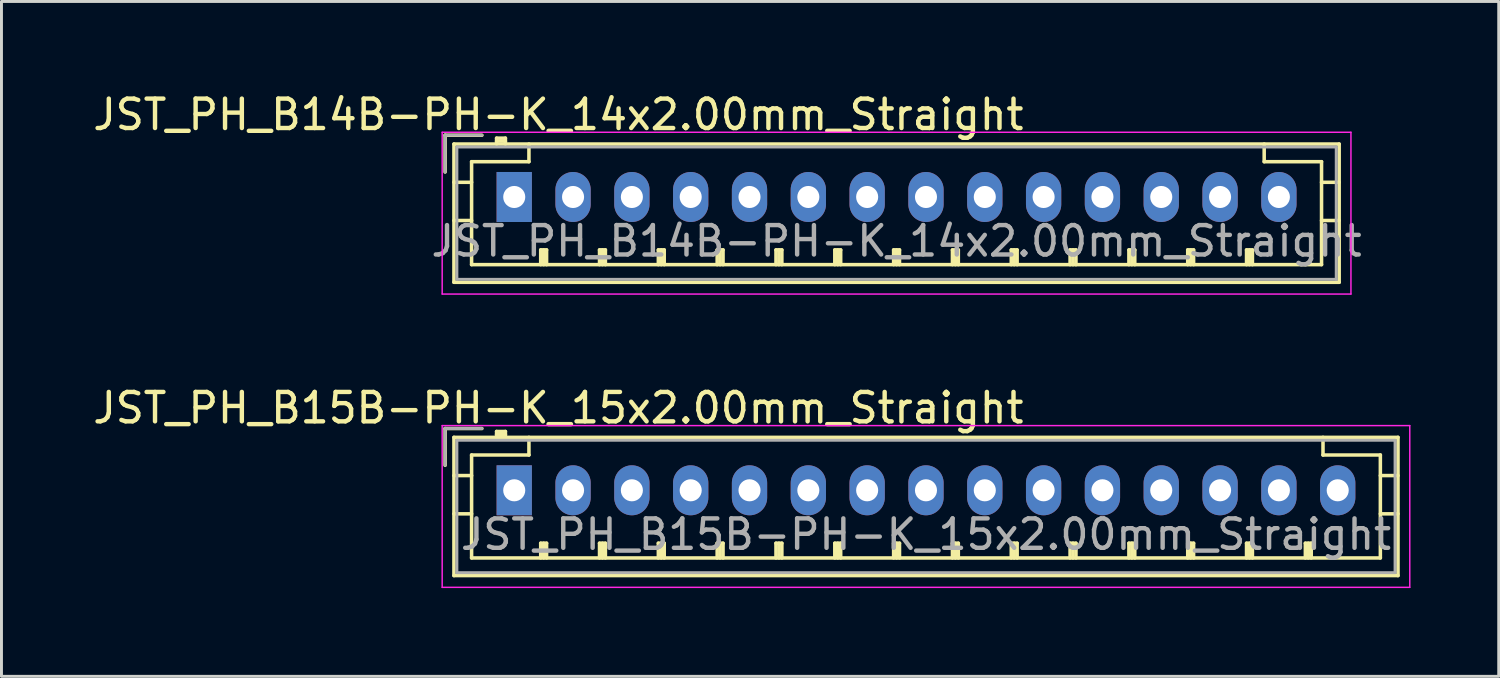
<source format=kicad_pcb>
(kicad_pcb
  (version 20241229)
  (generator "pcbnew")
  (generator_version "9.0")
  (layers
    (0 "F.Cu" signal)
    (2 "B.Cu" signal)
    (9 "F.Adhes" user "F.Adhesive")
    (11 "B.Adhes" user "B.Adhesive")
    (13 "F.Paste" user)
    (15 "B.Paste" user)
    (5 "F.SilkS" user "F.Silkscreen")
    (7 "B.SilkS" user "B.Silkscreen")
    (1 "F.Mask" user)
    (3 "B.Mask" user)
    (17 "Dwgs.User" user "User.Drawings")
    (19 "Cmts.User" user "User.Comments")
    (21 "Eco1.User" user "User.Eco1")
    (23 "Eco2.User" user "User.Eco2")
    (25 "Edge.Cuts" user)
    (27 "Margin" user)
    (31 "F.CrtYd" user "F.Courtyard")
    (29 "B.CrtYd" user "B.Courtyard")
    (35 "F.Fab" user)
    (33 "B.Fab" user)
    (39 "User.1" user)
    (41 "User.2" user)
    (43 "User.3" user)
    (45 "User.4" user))
  (footprint "JST_PH_B14B-PH-K_14x2.00mm_Straight"
    (layer "F.Cu")
    (at 14.435 3.648)
    (property "Reference" "JST_PH_B14B-PH-K_14x2.00mm_Straight" (at 1.5 -2.8 0) (layer "F.SilkS") (effects (font (size 1 1) (thickness 0.15))))
    (attr through_hole)
    (fp_line (start -2.35 -2.1) (end -2.35 -0.85) (stroke (width 0.12) (type solid)) (layer "F.SilkS"))
    (fp_line (start -2.05 -1.8) (end -2.05 2.9) (stroke (width 0.12) (type solid)) (layer "F.SilkS"))
    (fp_line (start -2.05 -0.5) (end -1.45 -0.5) (stroke (width 0.12) (type solid)) (layer "F.SilkS"))
    (fp_line (start -2.05 0.8) (end -1.45 0.8) (stroke (width 0.12) (type solid)) (layer "F.SilkS"))
    (fp_line (start -2.05 2.9) (end 28.05 2.9) (stroke (width 0.12) (type solid)) (layer "F.SilkS"))
    (fp_line (start -1.45 -1.2) (end -1.45 2.3) (stroke (width 0.12) (type solid)) (layer "F.SilkS"))
    (fp_line (start -1.45 2.3) (end 27.45 2.3) (stroke (width 0.12) (type solid)) (layer "F.SilkS"))
    (fp_line (start -1.1 -2.1) (end -2.35 -2.1) (stroke (width 0.12) (type solid)) (layer "F.SilkS"))
    (fp_line (start -0.6 -2) (end -0.6 -1.8) (stroke (width 0.12) (type solid)) (layer "F.SilkS"))
    (fp_line (start -0.3 -2) (end -0.6 -2) (stroke (width 0.12) (type solid)) (layer "F.SilkS"))
    (fp_line (start -0.3 -1.9) (end -0.6 -1.9) (stroke (width 0.12) (type solid)) (layer "F.SilkS"))
    (fp_line (start -0.3 -1.8) (end -0.3 -2) (stroke (width 0.12) (type solid)) (layer "F.SilkS"))
    (fp_line (start 0.5 -1.8) (end 0.5 -1.2) (stroke (width 0.12) (type solid)) (layer "F.SilkS"))
    (fp_line (start 0.5 -1.2) (end -1.45 -1.2) (stroke (width 0.12) (type solid)) (layer "F.SilkS"))
    (fp_line (start 0.9 1.8) (end 1.1 1.8) (stroke (width 0.12) (type solid)) (layer "F.SilkS"))
    (fp_line (start 0.9 2.3) (end 0.9 1.8) (stroke (width 0.12) (type solid)) (layer "F.SilkS"))
    (fp_line (start 1 2.3) (end 1 1.8) (stroke (width 0.12) (type solid)) (layer "F.SilkS"))
    (fp_line (start 1.1 1.8) (end 1.1 2.3) (stroke (width 0.12) (type solid)) (layer "F.SilkS"))
    (fp_line (start 2.9 1.8) (end 3.1 1.8) (stroke (width 0.12) (type solid)) (layer "F.SilkS"))
    (fp_line (start 2.9 2.3) (end 2.9 1.8) (stroke (width 0.12) (type solid)) (layer "F.SilkS"))
    (fp_line (start 3 2.3) (end 3 1.8) (stroke (width 0.12) (type solid)) (layer "F.SilkS"))
    (fp_line (start 3.1 1.8) (end 3.1 2.3) (stroke (width 0.12) (type solid)) (layer "F.SilkS"))
    (fp_line (start 4.9 1.8) (end 5.1 1.8) (stroke (width 0.12) (type solid)) (layer "F.SilkS"))
    (fp_line (start 4.9 2.3) (end 4.9 1.8) (stroke (width 0.12) (type solid)) (layer "F.SilkS"))
    (fp_line (start 5 2.3) (end 5 1.8) (stroke (width 0.12) (type solid)) (layer "F.SilkS"))
    (fp_line (start 5.1 1.8) (end 5.1 2.3) (stroke (width 0.12) (type solid)) (layer "F.SilkS"))
    (fp_line (start 6.9 1.8) (end 7.1 1.8) (stroke (width 0.12) (type solid)) (layer "F.SilkS"))
    (fp_line (start 6.9 2.3) (end 6.9 1.8) (stroke (width 0.12) (type solid)) (layer "F.SilkS"))
    (fp_line (start 7 2.3) (end 7 1.8) (stroke (width 0.12) (type solid)) (layer "F.SilkS"))
    (fp_line (start 7.1 1.8) (end 7.1 2.3) (stroke (width 0.12) (type solid)) (layer "F.SilkS"))
    (fp_line (start 8.9 1.8) (end 9.1 1.8) (stroke (width 0.12) (type solid)) (layer "F.SilkS"))
    (fp_line (start 8.9 2.3) (end 8.9 1.8) (stroke (width 0.12) (type solid)) (layer "F.SilkS"))
    (fp_line (start 9 2.3) (end 9 1.8) (stroke (width 0.12) (type solid)) (layer "F.SilkS"))
    (fp_line (start 9.1 1.8) (end 9.1 2.3) (stroke (width 0.12) (type solid)) (layer "F.SilkS"))
    (fp_line (start 10.9 1.8) (end 11.1 1.8) (stroke (width 0.12) (type solid)) (layer "F.SilkS"))
    (fp_line (start 10.9 2.3) (end 10.9 1.8) (stroke (width 0.12) (type solid)) (layer "F.SilkS"))
    (fp_line (start 11 2.3) (end 11 1.8) (stroke (width 0.12) (type solid)) (layer "F.SilkS"))
    (fp_line (start 11.1 1.8) (end 11.1 2.3) (stroke (width 0.12) (type solid)) (layer "F.SilkS"))
    (fp_line (start 12.9 1.8) (end 13.1 1.8) (stroke (width 0.12) (type solid)) (layer "F.SilkS"))
    (fp_line (start 12.9 2.3) (end 12.9 1.8) (stroke (width 0.12) (type solid)) (layer "F.SilkS"))
    (fp_line (start 13 2.3) (end 13 1.8) (stroke (width 0.12) (type solid)) (layer "F.SilkS"))
    (fp_line (start 13.1 1.8) (end 13.1 2.3) (stroke (width 0.12) (type solid)) (layer "F.SilkS"))
    (fp_line (start 14.9 1.8) (end 15.1 1.8) (stroke (width 0.12) (type solid)) (layer "F.SilkS"))
    (fp_line (start 14.9 2.3) (end 14.9 1.8) (stroke (width 0.12) (type solid)) (layer "F.SilkS"))
    (fp_line (start 15 2.3) (end 15 1.8) (stroke (width 0.12) (type solid)) (layer "F.SilkS"))
    (fp_line (start 15.1 1.8) (end 15.1 2.3) (stroke (width 0.12) (type solid)) (layer "F.SilkS"))
    (fp_line (start 16.9 1.8) (end 17.1 1.8) (stroke (width 0.12) (type solid)) (layer "F.SilkS"))
    (fp_line (start 16.9 2.3) (end 16.9 1.8) (stroke (width 0.12) (type solid)) (layer "F.SilkS"))
    (fp_line (start 17 2.3) (end 17 1.8) (stroke (width 0.12) (type solid)) (layer "F.SilkS"))
    (fp_line (start 17.1 1.8) (end 17.1 2.3) (stroke (width 0.12) (type solid)) (layer "F.SilkS"))
    (fp_line (start 18.9 1.8) (end 19.1 1.8) (stroke (width 0.12) (type solid)) (layer "F.SilkS"))
    (fp_line (start 18.9 2.3) (end 18.9 1.8) (stroke (width 0.12) (type solid)) (layer "F.SilkS"))
    (fp_line (start 19 2.3) (end 19 1.8) (stroke (width 0.12) (type solid)) (layer "F.SilkS"))
    (fp_line (start 19.1 1.8) (end 19.1 2.3) (stroke (width 0.12) (type solid)) (layer "F.SilkS"))
    (fp_line (start 20.9 1.8) (end 21.1 1.8) (stroke (width 0.12) (type solid)) (layer "F.SilkS"))
    (fp_line (start 20.9 2.3) (end 20.9 1.8) (stroke (width 0.12) (type solid)) (layer "F.SilkS"))
    (fp_line (start 21 2.3) (end 21 1.8) (stroke (width 0.12) (type solid)) (layer "F.SilkS"))
    (fp_line (start 21.1 1.8) (end 21.1 2.3) (stroke (width 0.12) (type solid)) (layer "F.SilkS"))
    (fp_line (start 22.9 1.8) (end 23.1 1.8) (stroke (width 0.12) (type solid)) (layer "F.SilkS"))
    (fp_line (start 22.9 2.3) (end 22.9 1.8) (stroke (width 0.12) (type solid)) (layer "F.SilkS"))
    (fp_line (start 23 2.3) (end 23 1.8) (stroke (width 0.12) (type solid)) (layer "F.SilkS"))
    (fp_line (start 23.1 1.8) (end 23.1 2.3) (stroke (width 0.12) (type solid)) (layer "F.SilkS"))
    (fp_line (start 24.9 1.8) (end 25.1 1.8) (stroke (width 0.12) (type solid)) (layer "F.SilkS"))
    (fp_line (start 24.9 2.3) (end 24.9 1.8) (stroke (width 0.12) (type solid)) (layer "F.SilkS"))
    (fp_line (start 25 2.3) (end 25 1.8) (stroke (width 0.12) (type solid)) (layer "F.SilkS"))
    (fp_line (start 25.1 1.8) (end 25.1 2.3) (stroke (width 0.12) (type solid)) (layer "F.SilkS"))
    (fp_line (start 25.5 -1.2) (end 25.5 -1.8) (stroke (width 0.12) (type solid)) (layer "F.SilkS"))
    (fp_line (start 27.45 -1.2) (end 25.5 -1.2) (stroke (width 0.12) (type solid)) (layer "F.SilkS"))
    (fp_line (start 27.45 2.3) (end 27.45 -1.2) (stroke (width 0.12) (type solid)) (layer "F.SilkS"))
    (fp_line (start 28.05 -1.8) (end -2.05 -1.8) (stroke (width 0.12) (type solid)) (layer "F.SilkS"))
    (fp_line (start 28.05 -0.5) (end 27.45 -0.5) (stroke (width 0.12) (type solid)) (layer "F.SilkS"))
    (fp_line (start 28.05 0.8) (end 27.45 0.8) (stroke (width 0.12) (type solid)) (layer "F.SilkS"))
    (fp_line (start 28.05 2.9) (end 28.05 -1.8) (stroke (width 0.12) (type solid)) (layer "F.SilkS"))
    (fp_line (start -2.45 -2.2) (end -2.45 3.3) (stroke (width 0.05) (type solid)) (layer "F.CrtYd"))
    (fp_line (start -2.45 3.3) (end 28.45 3.3) (stroke (width 0.05) (type solid)) (layer "F.CrtYd"))
    (fp_line (start 28.45 -2.2) (end -2.45 -2.2) (stroke (width 0.05) (type solid)) (layer "F.CrtYd"))
    (fp_line (start 28.45 3.3) (end 28.45 -2.2) (stroke (width 0.05) (type solid)) (layer "F.CrtYd"))
    (fp_line (start -2.35 -2.1) (end -2.35 -0.85) (stroke (width 0.1) (type solid)) (layer "F.Fab"))
    (fp_line (start -1.95 -1.7) (end -1.95 2.8) (stroke (width 0.1) (type solid)) (layer "F.Fab"))
    (fp_line (start -1.95 2.8) (end 27.95 2.8) (stroke (width 0.1) (type solid)) (layer "F.Fab"))
    (fp_line (start -1.1 -2.1) (end -2.35 -2.1) (stroke (width 0.1) (type solid)) (layer "F.Fab"))
    (fp_line (start 27.95 -1.7) (end -1.95 -1.7) (stroke (width 0.1) (type solid)) (layer "F.Fab"))
    (fp_line (start 27.95 2.8) (end 27.95 -1.7) (stroke (width 0.1) (type solid)) (layer "F.Fab"))
    (fp_text user "${REFERENCE}" (at 13 1.5 0) (layer "F.Fab") (effects (font (size 1 1) (thickness 0.15))))
    (pad "1" thru_hole rect (at 0 0) (size 1.2 1.7) (drill 0.75) (layers "*.Cu" "*.Mask"))
    (pad "2" thru_hole oval (at 2 0) (size 1.2 1.7) (drill 0.75) (layers "*.Cu" "*.Mask"))
    (pad "3" thru_hole oval (at 4 0) (size 1.2 1.7) (drill 0.75) (layers "*.Cu" "*.Mask"))
    (pad "4" thru_hole oval (at 6 0) (size 1.2 1.7) (drill 0.75) (layers "*.Cu" "*.Mask"))
    (pad "5" thru_hole oval (at 8 0) (size 1.2 1.7) (drill 0.75) (layers "*.Cu" "*.Mask"))
    (pad "6" thru_hole oval (at 10 0) (size 1.2 1.7) (drill 0.75) (layers "*.Cu" "*.Mask"))
    (pad "7" thru_hole oval (at 12 0) (size 1.2 1.7) (drill 0.75) (layers "*.Cu" "*.Mask"))
    (pad "8" thru_hole oval (at 14 0) (size 1.2 1.7) (drill 0.75) (layers "*.Cu" "*.Mask"))
    (pad "9" thru_hole oval (at 16 0) (size 1.2 1.7) (drill 0.75) (layers "*.Cu" "*.Mask"))
    (pad "10" thru_hole oval (at 18 0) (size 1.2 1.7) (drill 0.75) (layers "*.Cu" "*.Mask"))
    (pad "11" thru_hole oval (at 20 0) (size 1.2 1.7) (drill 0.75) (layers "*.Cu" "*.Mask"))
    (pad "12" thru_hole oval (at 22 0) (size 1.2 1.7) (drill 0.75) (layers "*.Cu" "*.Mask"))
    (pad "13" thru_hole oval (at 24 0) (size 1.2 1.7) (drill 0.75) (layers "*.Cu" "*.Mask"))
    (pad "14" thru_hole oval (at 26 0) (size 1.2 1.7) (drill 0.75) (layers "*.Cu" "*.Mask")))
  (footprint "JST_PH_B15B-PH-K_15x2.00mm_Straight"
    (layer "F.Cu")
    (at 14.435 13.621)
    (property "Reference" "JST_PH_B15B-PH-K_15x2.00mm_Straight" (at 1.5 -2.8 0) (layer "F.SilkS") (effects (font (size 1 1) (thickness 0.15))))
    (attr through_hole)
    (fp_line (start -2.35 -2.1) (end -2.35 -0.85) (stroke (width 0.12) (type solid)) (layer "F.SilkS"))
    (fp_line (start -2.05 -1.8) (end -2.05 2.9) (stroke (width 0.12) (type solid)) (layer "F.SilkS"))
    (fp_line (start -2.05 -0.5) (end -1.45 -0.5) (stroke (width 0.12) (type solid)) (layer "F.SilkS"))
    (fp_line (start -2.05 0.8) (end -1.45 0.8) (stroke (width 0.12) (type solid)) (layer "F.SilkS"))
    (fp_line (start -2.05 2.9) (end 30.05 2.9) (stroke (width 0.12) (type solid)) (layer "F.SilkS"))
    (fp_line (start -1.45 -1.2) (end -1.45 2.3) (stroke (width 0.12) (type solid)) (layer "F.SilkS"))
    (fp_line (start -1.45 2.3) (end 29.45 2.3) (stroke (width 0.12) (type solid)) (layer "F.SilkS"))
    (fp_line (start -1.1 -2.1) (end -2.35 -2.1) (stroke (width 0.12) (type solid)) (layer "F.SilkS"))
    (fp_line (start -0.6 -2) (end -0.6 -1.8) (stroke (width 0.12) (type solid)) (layer "F.SilkS"))
    (fp_line (start -0.3 -2) (end -0.6 -2) (stroke (width 0.12) (type solid)) (layer "F.SilkS"))
    (fp_line (start -0.3 -1.9) (end -0.6 -1.9) (stroke (width 0.12) (type solid)) (layer "F.SilkS"))
    (fp_line (start -0.3 -1.8) (end -0.3 -2) (stroke (width 0.12) (type solid)) (layer "F.SilkS"))
    (fp_line (start 0.5 -1.8) (end 0.5 -1.2) (stroke (width 0.12) (type solid)) (layer "F.SilkS"))
    (fp_line (start 0.5 -1.2) (end -1.45 -1.2) (stroke (width 0.12) (type solid)) (layer "F.SilkS"))
    (fp_line (start 0.9 1.8) (end 1.1 1.8) (stroke (width 0.12) (type solid)) (layer "F.SilkS"))
    (fp_line (start 0.9 2.3) (end 0.9 1.8) (stroke (width 0.12) (type solid)) (layer "F.SilkS"))
    (fp_line (start 1 2.3) (end 1 1.8) (stroke (width 0.12) (type solid)) (layer "F.SilkS"))
    (fp_line (start 1.1 1.8) (end 1.1 2.3) (stroke (width 0.12) (type solid)) (layer "F.SilkS"))
    (fp_line (start 2.9 1.8) (end 3.1 1.8) (stroke (width 0.12) (type solid)) (layer "F.SilkS"))
    (fp_line (start 2.9 2.3) (end 2.9 1.8) (stroke (width 0.12) (type solid)) (layer "F.SilkS"))
    (fp_line (start 3 2.3) (end 3 1.8) (stroke (width 0.12) (type solid)) (layer "F.SilkS"))
    (fp_line (start 3.1 1.8) (end 3.1 2.3) (stroke (width 0.12) (type solid)) (layer "F.SilkS"))
    (fp_line (start 4.9 1.8) (end 5.1 1.8) (stroke (width 0.12) (type solid)) (layer "F.SilkS"))
    (fp_line (start 4.9 2.3) (end 4.9 1.8) (stroke (width 0.12) (type solid)) (layer "F.SilkS"))
    (fp_line (start 5 2.3) (end 5 1.8) (stroke (width 0.12) (type solid)) (layer "F.SilkS"))
    (fp_line (start 5.1 1.8) (end 5.1 2.3) (stroke (width 0.12) (type solid)) (layer "F.SilkS"))
    (fp_line (start 6.9 1.8) (end 7.1 1.8) (stroke (width 0.12) (type solid)) (layer "F.SilkS"))
    (fp_line (start 6.9 2.3) (end 6.9 1.8) (stroke (width 0.12) (type solid)) (layer "F.SilkS"))
    (fp_line (start 7 2.3) (end 7 1.8) (stroke (width 0.12) (type solid)) (layer "F.SilkS"))
    (fp_line (start 7.1 1.8) (end 7.1 2.3) (stroke (width 0.12) (type solid)) (layer "F.SilkS"))
    (fp_line (start 8.9 1.8) (end 9.1 1.8) (stroke (width 0.12) (type solid)) (layer "F.SilkS"))
    (fp_line (start 8.9 2.3) (end 8.9 1.8) (stroke (width 0.12) (type solid)) (layer "F.SilkS"))
    (fp_line (start 9 2.3) (end 9 1.8) (stroke (width 0.12) (type solid)) (layer "F.SilkS"))
    (fp_line (start 9.1 1.8) (end 9.1 2.3) (stroke (width 0.12) (type solid)) (layer "F.SilkS"))
    (fp_line (start 10.9 1.8) (end 11.1 1.8) (stroke (width 0.12) (type solid)) (layer "F.SilkS"))
    (fp_line (start 10.9 2.3) (end 10.9 1.8) (stroke (width 0.12) (type solid)) (layer "F.SilkS"))
    (fp_line (start 11 2.3) (end 11 1.8) (stroke (width 0.12) (type solid)) (layer "F.SilkS"))
    (fp_line (start 11.1 1.8) (end 11.1 2.3) (stroke (width 0.12) (type solid)) (layer "F.SilkS"))
    (fp_line (start 12.9 1.8) (end 13.1 1.8) (stroke (width 0.12) (type solid)) (layer "F.SilkS"))
    (fp_line (start 12.9 2.3) (end 12.9 1.8) (stroke (width 0.12) (type solid)) (layer "F.SilkS"))
    (fp_line (start 13 2.3) (end 13 1.8) (stroke (width 0.12) (type solid)) (layer "F.SilkS"))
    (fp_line (start 13.1 1.8) (end 13.1 2.3) (stroke (width 0.12) (type solid)) (layer "F.SilkS"))
    (fp_line (start 14.9 1.8) (end 15.1 1.8) (stroke (width 0.12) (type solid)) (layer "F.SilkS"))
    (fp_line (start 14.9 2.3) (end 14.9 1.8) (stroke (width 0.12) (type solid)) (layer "F.SilkS"))
    (fp_line (start 15 2.3) (end 15 1.8) (stroke (width 0.12) (type solid)) (layer "F.SilkS"))
    (fp_line (start 15.1 1.8) (end 15.1 2.3) (stroke (width 0.12) (type solid)) (layer "F.SilkS"))
    (fp_line (start 16.9 1.8) (end 17.1 1.8) (stroke (width 0.12) (type solid)) (layer "F.SilkS"))
    (fp_line (start 16.9 2.3) (end 16.9 1.8) (stroke (width 0.12) (type solid)) (layer "F.SilkS"))
    (fp_line (start 17 2.3) (end 17 1.8) (stroke (width 0.12) (type solid)) (layer "F.SilkS"))
    (fp_line (start 17.1 1.8) (end 17.1 2.3) (stroke (width 0.12) (type solid)) (layer "F.SilkS"))
    (fp_line (start 18.9 1.8) (end 19.1 1.8) (stroke (width 0.12) (type solid)) (layer "F.SilkS"))
    (fp_line (start 18.9 2.3) (end 18.9 1.8) (stroke (width 0.12) (type solid)) (layer "F.SilkS"))
    (fp_line (start 19 2.3) (end 19 1.8) (stroke (width 0.12) (type solid)) (layer "F.SilkS"))
    (fp_line (start 19.1 1.8) (end 19.1 2.3) (stroke (width 0.12) (type solid)) (layer "F.SilkS"))
    (fp_line (start 20.9 1.8) (end 21.1 1.8) (stroke (width 0.12) (type solid)) (layer "F.SilkS"))
    (fp_line (start 20.9 2.3) (end 20.9 1.8) (stroke (width 0.12) (type solid)) (layer "F.SilkS"))
    (fp_line (start 21 2.3) (end 21 1.8) (stroke (width 0.12) (type solid)) (layer "F.SilkS"))
    (fp_line (start 21.1 1.8) (end 21.1 2.3) (stroke (width 0.12) (type solid)) (layer "F.SilkS"))
    (fp_line (start 22.9 1.8) (end 23.1 1.8) (stroke (width 0.12) (type solid)) (layer "F.SilkS"))
    (fp_line (start 22.9 2.3) (end 22.9 1.8) (stroke (width 0.12) (type solid)) (layer "F.SilkS"))
    (fp_line (start 23 2.3) (end 23 1.8) (stroke (width 0.12) (type solid)) (layer "F.SilkS"))
    (fp_line (start 23.1 1.8) (end 23.1 2.3) (stroke (width 0.12) (type solid)) (layer "F.SilkS"))
    (fp_line (start 24.9 1.8) (end 25.1 1.8) (stroke (width 0.12) (type solid)) (layer "F.SilkS"))
    (fp_line (start 24.9 2.3) (end 24.9 1.8) (stroke (width 0.12) (type solid)) (layer "F.SilkS"))
    (fp_line (start 25 2.3) (end 25 1.8) (stroke (width 0.12) (type solid)) (layer "F.SilkS"))
    (fp_line (start 25.1 1.8) (end 25.1 2.3) (stroke (width 0.12) (type solid)) (layer "F.SilkS"))
    (fp_line (start 26.9 1.8) (end 27.1 1.8) (stroke (width 0.12) (type solid)) (layer "F.SilkS"))
    (fp_line (start 26.9 2.3) (end 26.9 1.8) (stroke (width 0.12) (type solid)) (layer "F.SilkS"))
    (fp_line (start 27 2.3) (end 27 1.8) (stroke (width 0.12) (type solid)) (layer "F.SilkS"))
    (fp_line (start 27.1 1.8) (end 27.1 2.3) (stroke (width 0.12) (type solid)) (layer "F.SilkS"))
    (fp_line (start 27.5 -1.2) (end 27.5 -1.8) (stroke (width 0.12) (type solid)) (layer "F.SilkS"))
    (fp_line (start 29.45 -1.2) (end 27.5 -1.2) (stroke (width 0.12) (type solid)) (layer "F.SilkS"))
    (fp_line (start 29.45 2.3) (end 29.45 -1.2) (stroke (width 0.12) (type solid)) (layer "F.SilkS"))
    (fp_line (start 30.05 -1.8) (end -2.05 -1.8) (stroke (width 0.12) (type solid)) (layer "F.SilkS"))
    (fp_line (start 30.05 -0.5) (end 29.45 -0.5) (stroke (width 0.12) (type solid)) (layer "F.SilkS"))
    (fp_line (start 30.05 0.8) (end 29.45 0.8) (stroke (width 0.12) (type solid)) (layer "F.SilkS"))
    (fp_line (start 30.05 2.9) (end 30.05 -1.8) (stroke (width 0.12) (type solid)) (layer "F.SilkS"))
    (fp_line (start -2.45 -2.2) (end -2.45 3.3) (stroke (width 0.05) (type solid)) (layer "F.CrtYd"))
    (fp_line (start -2.45 3.3) (end 30.45 3.3) (stroke (width 0.05) (type solid)) (layer "F.CrtYd"))
    (fp_line (start 30.45 -2.2) (end -2.45 -2.2) (stroke (width 0.05) (type solid)) (layer "F.CrtYd"))
    (fp_line (start 30.45 3.3) (end 30.45 -2.2) (stroke (width 0.05) (type solid)) (layer "F.CrtYd"))
    (fp_line (start -2.35 -2.1) (end -2.35 -0.85) (stroke (width 0.1) (type solid)) (layer "F.Fab"))
    (fp_line (start -1.95 -1.7) (end -1.95 2.8) (stroke (width 0.1) (type solid)) (layer "F.Fab"))
    (fp_line (start -1.95 2.8) (end 29.95 2.8) (stroke (width 0.1) (type solid)) (layer "F.Fab"))
    (fp_line (start -1.1 -2.1) (end -2.35 -2.1) (stroke (width 0.1) (type solid)) (layer "F.Fab"))
    (fp_line (start 29.95 -1.7) (end -1.95 -1.7) (stroke (width 0.1) (type solid)) (layer "F.Fab"))
    (fp_line (start 29.95 2.8) (end 29.95 -1.7) (stroke (width 0.1) (type solid)) (layer "F.Fab"))
    (fp_text user "${REFERENCE}" (at 14 1.5 0) (layer "F.Fab") (effects (font (size 1 1) (thickness 0.15))))
    (pad "1" thru_hole rect (at 0 0) (size 1.2 1.7) (drill 0.75) (layers "*.Cu" "*.Mask"))
    (pad "2" thru_hole oval (at 2 0) (size 1.2 1.7) (drill 0.75) (layers "*.Cu" "*.Mask"))
    (pad "3" thru_hole oval (at 4 0) (size 1.2 1.7) (drill 0.75) (layers "*.Cu" "*.Mask"))
    (pad "4" thru_hole oval (at 6 0) (size 1.2 1.7) (drill 0.75) (layers "*.Cu" "*.Mask"))
    (pad "5" thru_hole oval (at 8 0) (size 1.2 1.7) (drill 0.75) (layers "*.Cu" "*.Mask"))
    (pad "6" thru_hole oval (at 10 0) (size 1.2 1.7) (drill 0.75) (layers "*.Cu" "*.Mask"))
    (pad "7" thru_hole oval (at 12 0) (size 1.2 1.7) (drill 0.75) (layers "*.Cu" "*.Mask"))
    (pad "8" thru_hole oval (at 14 0) (size 1.2 1.7) (drill 0.75) (layers "*.Cu" "*.Mask"))
    (pad "9" thru_hole oval (at 16 0) (size 1.2 1.7) (drill 0.75) (layers "*.Cu" "*.Mask"))
    (pad "10" thru_hole oval (at 18 0) (size 1.2 1.7) (drill 0.75) (layers "*.Cu" "*.Mask"))
    (pad "11" thru_hole oval (at 20 0) (size 1.2 1.7) (drill 0.75) (layers "*.Cu" "*.Mask"))
    (pad "12" thru_hole oval (at 22 0) (size 1.2 1.7) (drill 0.75) (layers "*.Cu" "*.Mask"))
    (pad "13" thru_hole oval (at 24 0) (size 1.2 1.7) (drill 0.75) (layers "*.Cu" "*.Mask"))
    (pad "14" thru_hole oval (at 26 0) (size 1.2 1.7) (drill 0.75) (layers "*.Cu" "*.Mask"))
    (pad "15" thru_hole oval (at 28 0) (size 1.2 1.7) (drill 0.75) (layers "*.Cu" "*.Mask")))
  (gr_rect
    (start -3 -3)
    (end 47.91 19.947)
    (stroke (width 0.1) (type default))
    (fill no)
    (layer "Edge.Cuts")))
</source>
